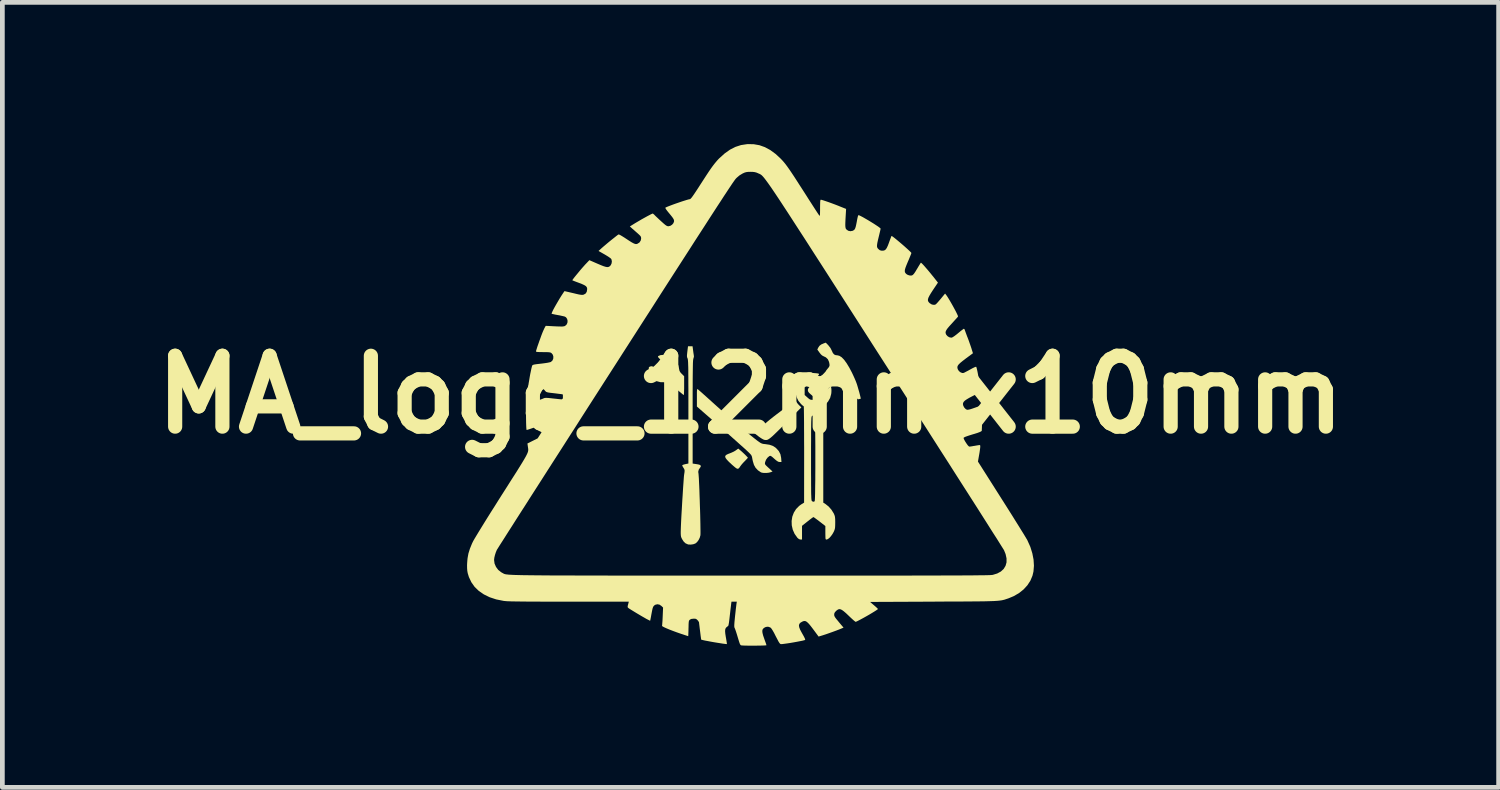
<source format=kicad_pcb>
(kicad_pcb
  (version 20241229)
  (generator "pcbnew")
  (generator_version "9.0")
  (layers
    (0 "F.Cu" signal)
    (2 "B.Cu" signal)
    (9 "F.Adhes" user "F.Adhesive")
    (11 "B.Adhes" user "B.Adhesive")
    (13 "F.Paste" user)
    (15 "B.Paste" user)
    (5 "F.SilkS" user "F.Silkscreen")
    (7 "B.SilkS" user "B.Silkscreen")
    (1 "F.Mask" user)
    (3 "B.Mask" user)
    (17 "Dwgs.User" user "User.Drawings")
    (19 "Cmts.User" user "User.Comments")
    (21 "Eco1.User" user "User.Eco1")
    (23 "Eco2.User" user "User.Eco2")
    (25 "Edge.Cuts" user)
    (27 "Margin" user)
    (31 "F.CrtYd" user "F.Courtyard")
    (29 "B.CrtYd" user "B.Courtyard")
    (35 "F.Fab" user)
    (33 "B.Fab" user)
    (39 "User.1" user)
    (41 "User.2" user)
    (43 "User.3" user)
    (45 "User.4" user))
  (footprint "MA_logo_12mmx10mm"
    (layer "F.Cu")
    (at 12.836 5.302)
    (property "Reference" "MA_logo_12mmx10mm" (at 0 0 0) (layer "F.SilkS") (effects (font (size 1.5 1.5) (thickness 0.3))))
    (attr board_only exclude_from_pos_files exclude_from_bom)
    (fp_poly (pts (xy -0.223 1.174) (xy -0.189 1.203) (xy -0.153 1.236) (xy -0.118 1.269) (xy -0.088 1.3) (xy -0.066 1.323) (xy -0.056 1.335) (xy -0.056 1.336) (xy -0.064 1.347) (xy -0.084 1.369) (xy -0.112 1.399) (xy -0.124 1.411) (xy -0.159 1.447) (xy -0.191 1.484) (xy -0.213 1.513) (xy -0.216 1.517) (xy -0.236 1.547) (xy -0.253 1.565) (xy -0.271 1.571) (xy -0.294 1.564) (xy -0.324 1.543) (xy -0.365 1.508) (xy -0.395 1.482) (xy -0.456 1.425) (xy -0.5 1.379) (xy -0.527 1.343) (xy -0.537 1.315) (xy -0.53 1.292) (xy -0.508 1.273) (xy -0.47 1.255) (xy -0.45 1.248) (xy -0.4 1.228) (xy -0.351 1.205) (xy -0.313 1.182) (xy -0.312 1.181) (xy -0.26 1.143)) (stroke (width 0) (type solid)) (fill yes) (layer "F.SilkS"))
    (fp_poly (pts (xy 0.955 0.122) (xy 0.966 0.144) (xy 0.966 0.144) (xy 0.981 0.17) (xy 1.007 0.202) (xy 1.027 0.224) (xy 1.076 0.271) (xy 0.81 0.538) (xy 0.716 0.633) (xy 0.637 0.713) (xy 0.57 0.779) (xy 0.514 0.833) (xy 0.469 0.876) (xy 0.431 0.909) (xy 0.401 0.932) (xy 0.376 0.948) (xy 0.355 0.958) (xy 0.337 0.962) (xy 0.319 0.962) (xy 0.302 0.96) (xy 0.285 0.956) (xy 0.261 0.945) (xy 0.225 0.924) (xy 0.184 0.896) (xy 0.164 0.881) (xy 0.078 0.815) (xy 0.122 0.775) (xy 0.21 0.698) (xy 0.285 0.633) (xy 0.352 0.577) (xy 0.415 0.525) (xy 0.478 0.475) (xy 0.544 0.424) (xy 0.556 0.415) (xy 0.62 0.367) (xy 0.686 0.316) (xy 0.749 0.267) (xy 0.804 0.223) (xy 0.833 0.2) (xy 0.875 0.167) (xy 0.91 0.139) (xy 0.935 0.12) (xy 0.947 0.112) (xy 0.947 0.112)) (stroke (width 0) (type solid)) (fill yes) (layer "F.SilkS"))
    (fp_poly (pts (xy -1.793 -0.835) (xy -1.731 -0.819) (xy -1.672 -0.794) (xy -1.644 -0.777) (xy -1.59 -0.73) (xy -1.552 -0.677) (xy -1.526 -0.612) (xy -1.511 -0.538) (xy -1.503 -0.502) (xy -1.486 -0.472) (xy -1.455 -0.438) (xy -1.454 -0.437) (xy -1.405 -0.389) (xy -1.405 -0.189) (xy -1.405 -0.125) (xy -1.407 -0.069) (xy -1.408 -0.026) (xy -1.411 0.002) (xy -1.413 0.01) (xy -1.424 0.003) (xy -1.449 -0.017) (xy -1.485 -0.047) (xy -1.53 -0.084) (xy -1.581 -0.127) (xy -1.583 -0.129) (xy -1.744 -0.267) (xy -1.821 -0.261) (xy -1.909 -0.263) (xy -1.983 -0.283) (xy -2.045 -0.322) (xy -2.095 -0.379) (xy -2.115 -0.412) (xy -2.133 -0.454) (xy -2.147 -0.498) (xy -2.154 -0.539) (xy -2.153 -0.57) (xy -2.149 -0.58) (xy -2.133 -0.591) (xy -2.107 -0.599) (xy -2.089 -0.6) (xy -2.07 -0.594) (xy -2.047 -0.579) (xy -2.013 -0.552) (xy -1.999 -0.539) (xy -1.963 -0.509) (xy -1.932 -0.486) (xy -1.91 -0.473) (xy -1.905 -0.472) (xy -1.886 -0.48) (xy -1.86 -0.499) (xy -1.848 -0.51) (xy -1.823 -0.539) (xy -1.812 -0.566) (xy -1.809 -0.599) (xy -1.81 -0.623) (xy -1.815 -0.642) (xy -1.827 -0.662) (xy -1.849 -0.686) (xy -1.885 -0.72) (xy -1.89 -0.725) (xy -1.927 -0.76) (xy -1.949 -0.784) (xy -1.958 -0.798) (xy -1.958 -0.808) (xy -1.951 -0.816) (xy -1.909 -0.834) (xy -1.855 -0.84)) (stroke (width 0) (type solid)) (fill yes) (layer "F.SilkS"))
    (fp_poly (pts (xy -1.114 -0.111) (xy -1.1 -0.099) (xy -1.072 -0.075) (xy -1.032 -0.04) (xy -0.983 0.004) (xy -0.928 0.053) (xy -0.886 0.091) (xy -0.762 0.203) (xy -0.638 0.314) (xy -0.516 0.422) (xy -0.396 0.526) (xy -0.282 0.624) (xy -0.176 0.716) (xy -0.078 0.798) (xy 0.01 0.87) (xy 0.084 0.929) (xy 0.144 0.976) (xy 0.146 0.977) (xy 0.188 1.007) (xy 0.219 1.027) (xy 0.246 1.038) (xy 0.276 1.045) (xy 0.316 1.049) (xy 0.322 1.05) (xy 0.402 1.062) (xy 0.467 1.084) (xy 0.523 1.118) (xy 0.543 1.135) (xy 0.598 1.195) (xy 0.633 1.263) (xy 0.649 1.343) (xy 0.649 1.35) (xy 0.655 1.427) (xy 0.618 1.427) (xy 0.595 1.424) (xy 0.571 1.412) (xy 0.54 1.39) (xy 0.503 1.358) (xy 0.466 1.325) (xy 0.441 1.306) (xy 0.424 1.297) (xy 0.411 1.297) (xy 0.397 1.304) (xy 0.395 1.305) (xy 0.36 1.335) (xy 0.329 1.378) (xy 0.31 1.427) (xy 0.308 1.436) (xy 0.305 1.455) (xy 0.307 1.471) (xy 0.317 1.488) (xy 0.338 1.51) (xy 0.371 1.541) (xy 0.383 1.552) (xy 0.466 1.628) (xy 0.433 1.641) (xy 0.389 1.653) (xy 0.337 1.659) (xy 0.285 1.659) (xy 0.241 1.653) (xy 0.219 1.645) (xy 0.156 1.602) (xy 0.108 1.551) (xy 0.073 1.489) (xy 0.049 1.41) (xy 0.04 1.368) (xy 0.033 1.328) (xy 0.025 1.3) (xy 0.012 1.277) (xy -0.009 1.253) (xy -0.041 1.221) (xy -0.052 1.211) (xy -0.091 1.174) (xy -0.146 1.124) (xy -0.215 1.063) (xy -0.295 0.991) (xy -0.385 0.911) (xy -0.483 0.824) (xy -0.588 0.732) (xy -0.697 0.636) (xy -0.81 0.537) (xy -0.857 0.496) (xy -1.135 0.253) (xy -1.135 0.063) (xy -1.135 -0.006) (xy -1.135 -0.055) (xy -1.133 -0.088) (xy -1.131 -0.107) (xy -1.127 -0.115) (xy -1.121 -0.115)) (stroke (width 0) (type solid)) (fill yes) (layer "F.SilkS"))
    (fp_poly (pts (xy 1.644 -1.047) (xy 1.692 -0.986) (xy 1.72 -0.93) (xy 1.743 -0.88) (xy 1.77 -0.849) (xy 1.805 -0.834) (xy 1.834 -0.832) (xy 1.88 -0.821) (xy 1.928 -0.791) (xy 1.979 -0.739) (xy 2.033 -0.666) (xy 2.09 -0.572) (xy 2.146 -0.466) (xy 2.174 -0.407) (xy 2.202 -0.345) (xy 2.226 -0.289) (xy 2.242 -0.247) (xy 2.255 -0.21) (xy 2.269 -0.163) (xy 2.284 -0.11) (xy 2.3 -0.056) (xy 2.313 -0.005) (xy 2.324 0.039) (xy 2.331 0.071) (xy 2.333 0.086) (xy 2.333 0.087) (xy 2.321 0.091) (xy 2.297 0.096) (xy 2.296 0.097) (xy 2.282 0.099) (xy 2.27 0.097) (xy 2.259 0.087) (xy 2.246 0.067) (xy 2.228 0.034) (xy 2.203 -0.017) (xy 2.2 -0.024) (xy 2.16 -0.099) (xy 2.12 -0.164) (xy 2.083 -0.213) (xy 2.082 -0.214) (xy 2.051 -0.25) (xy 2.024 -0.285) (xy 2.008 -0.312) (xy 1.986 -0.339) (xy 1.958 -0.348) (xy 1.92 -0.34) (xy 1.889 -0.326) (xy 1.849 -0.309) (xy 1.804 -0.295) (xy 1.792 -0.292) (xy 1.768 -0.285) (xy 1.741 -0.273) (xy 1.711 -0.254) (xy 1.673 -0.228) (xy 1.626 -0.191) (xy 1.569 -0.143) (xy 1.497 -0.082) (xy 1.47 -0.059) (xy 1.426 -0.022) (xy 1.388 0.01) (xy 1.359 0.033) (xy 1.343 0.044) (xy 1.341 0.045) (xy 1.328 0.038) (xy 1.304 0.02) (xy 1.274 -0.006) (xy 1.273 -0.006) (xy 1.24 -0.037) (xy 1.222 -0.06) (xy 1.215 -0.082) (xy 1.214 -0.095) (xy 1.216 -0.116) (xy 1.226 -0.135) (xy 1.247 -0.159) (xy 1.283 -0.191) (xy 1.284 -0.192) (xy 1.324 -0.227) (xy 1.369 -0.269) (xy 1.417 -0.314) (xy 1.464 -0.359) (xy 1.508 -0.403) (xy 1.546 -0.441) (xy 1.575 -0.472) (xy 1.592 -0.492) (xy 1.596 -0.498) (xy 1.603 -0.512) (xy 1.621 -0.535) (xy 1.635 -0.552) (xy 1.66 -0.583) (xy 1.672 -0.61) (xy 1.672 -0.642) (xy 1.663 -0.687) (xy 1.662 -0.691) (xy 1.638 -0.746) (xy 1.595 -0.788) (xy 1.547 -0.811) (xy 1.515 -0.828) (xy 1.485 -0.856) (xy 1.459 -0.89) (xy 1.414 -0.953) (xy 1.433 -0.993) (xy 1.458 -1.031) (xy 1.497 -1.061) (xy 1.55 -1.084) (xy 1.593 -1.099)) (stroke (width 0) (type solid)) (fill yes) (layer "F.SilkS"))
    (fp_poly (pts (xy -1.214 -0.924) (xy -1.208 -0.879) (xy -1.202 -0.842) (xy -1.199 -0.819) (xy -1.198 -0.815) (xy -1.199 -0.798) (xy -1.207 -0.769) (xy -1.21 -0.76) (xy -1.212 -0.749) (xy -1.215 -0.731) (xy -1.217 -0.704) (xy -1.219 -0.668) (xy -1.22 -0.621) (xy -1.221 -0.562) (xy -1.222 -0.49) (xy -1.223 -0.403) (xy -1.224 -0.3) (xy -1.224 -0.18) (xy -1.225 -0.042) (xy -1.225 0.115) (xy -1.225 0.294) (xy -1.225 0.372) (xy -1.225 1.46) (xy -1.186 1.466) (xy -1.145 1.472) (xy -1.108 1.478) (xy -1.07 1.489) (xy -1.052 1.507) (xy -1.055 1.53) (xy -1.065 1.543) (xy -1.096 1.589) (xy -1.107 1.636) (xy -1.102 1.668) (xy -1.1 1.686) (xy -1.097 1.725) (xy -1.093 1.78) (xy -1.09 1.851) (xy -1.086 1.934) (xy -1.082 2.027) (xy -1.079 2.127) (xy -1.075 2.232) (xy -1.072 2.339) (xy -1.068 2.445) (xy -1.065 2.549) (xy -1.063 2.647) (xy -1.061 2.738) (xy -1.06 2.818) (xy -1.059 2.885) (xy -1.059 2.936) (xy -1.06 2.97) (xy -1.061 2.98) (xy -1.075 3.03) (xy -1.1 3.08) (xy -1.132 3.123) (xy -1.166 3.151) (xy -1.168 3.152) (xy -1.212 3.168) (xy -1.263 3.175) (xy -1.31 3.174) (xy -1.327 3.17) (xy -1.376 3.148) (xy -1.415 3.111) (xy -1.445 3.065) (xy -1.461 3.035) (xy -1.47 3.009) (xy -1.475 2.979) (xy -1.477 2.939) (xy -1.477 2.9) (xy -1.476 2.86) (xy -1.474 2.802) (xy -1.471 2.73) (xy -1.467 2.645) (xy -1.462 2.551) (xy -1.456 2.451) (xy -1.45 2.346) (xy -1.444 2.241) (xy -1.437 2.137) (xy -1.431 2.037) (xy -1.425 1.944) (xy -1.419 1.862) (xy -1.414 1.791) (xy -1.41 1.736) (xy -1.406 1.699) (xy -1.404 1.687) (xy -1.397 1.641) (xy -1.395 1.609) (xy -1.399 1.586) (xy -1.411 1.563) (xy -1.422 1.546) (xy -1.438 1.519) (xy -1.445 1.499) (xy -1.444 1.495) (xy -1.431 1.487) (xy -1.402 1.478) (xy -1.377 1.472) (xy -1.315 1.459) (xy -1.315 0.364) (xy -1.315 0.181) (xy -1.315 0.019) (xy -1.315 -0.123) (xy -1.316 -0.246) (xy -1.316 -0.352) (xy -1.317 -0.443) (xy -1.317 -0.519) (xy -1.318 -0.582) (xy -1.32 -0.633) (xy -1.321 -0.673) (xy -1.323 -0.705) (xy -1.325 -0.728) (xy -1.327 -0.745) (xy -1.329 -0.757) (xy -1.332 -0.765) (xy -1.333 -0.766) (xy -1.341 -0.785) (xy -1.345 -0.806) (xy -1.345 -0.834) (xy -1.341 -0.875) (xy -1.337 -0.912) (xy -1.323 -1.023) (xy -1.275 -1.023) (xy -1.227 -1.023)) (stroke (width 0) (type solid)) (fill yes) (layer "F.SilkS"))
    (fp_poly (pts (xy 1.377 -0.453) (xy 1.415 -0.449) (xy 1.44 -0.444) (xy 1.442 -0.443) (xy 1.45 -0.436) (xy 1.449 -0.426) (xy 1.438 -0.411) (xy 1.414 -0.387) (xy 1.376 -0.351) (xy 1.376 -0.35) (xy 1.338 -0.317) (xy 1.307 -0.29) (xy 1.284 -0.274) (xy 1.276 -0.27) (xy 1.263 -0.262) (xy 1.239 -0.242) (xy 1.209 -0.214) (xy 1.205 -0.21) (xy 1.146 -0.151) (xy 1.146 -0.071) (xy 1.146 0.009) (xy 1.204 0.061) (xy 1.235 0.088) (xy 1.259 0.104) (xy 1.284 0.11) (xy 1.318 0.112) (xy 1.336 0.112) (xy 1.377 0.112) (xy 1.403 0.107) (xy 1.425 0.096) (xy 1.449 0.074) (xy 1.464 0.059) (xy 1.491 0.029) (xy 1.51 0.003) (xy 1.517 -0.012) (xy 1.525 -0.025) (xy 1.547 -0.048) (xy 1.577 -0.076) (xy 1.611 -0.106) (xy 1.645 -0.134) (xy 1.674 -0.156) (xy 1.693 -0.168) (xy 1.697 -0.169) (xy 1.705 -0.158) (xy 1.71 -0.132) (xy 1.713 -0.094) (xy 1.712 -0.052) (xy 1.708 -0.014) (xy 1.685 0.071) (xy 1.643 0.145) (xy 1.595 0.2) (xy 1.54 0.253) (xy 1.54 1.27) (xy 1.54 2.287) (xy 1.59 2.319) (xy 1.654 2.37) (xy 1.712 2.436) (xy 1.759 2.511) (xy 1.762 2.516) (xy 1.775 2.546) (xy 1.784 2.572) (xy 1.789 2.602) (xy 1.792 2.64) (xy 1.793 2.694) (xy 1.793 2.709) (xy 1.792 2.767) (xy 1.79 2.809) (xy 1.785 2.841) (xy 1.777 2.868) (xy 1.764 2.898) (xy 1.763 2.902) (xy 1.736 2.95) (xy 1.704 2.995) (xy 1.67 3.033) (xy 1.638 3.058) (xy 1.612 3.068) (xy 1.611 3.068) (xy 1.6 3.068) (xy 1.593 3.063) (xy 1.588 3.052) (xy 1.586 3.029) (xy 1.585 2.992) (xy 1.584 2.937) (xy 1.584 2.925) (xy 1.584 2.782) (xy 1.462 2.687) (xy 1.417 2.653) (xy 1.378 2.624) (xy 1.349 2.603) (xy 1.333 2.593) (xy 1.332 2.593) (xy 1.32 2.599) (xy 1.295 2.617) (xy 1.259 2.644) (xy 1.216 2.678) (xy 1.207 2.685) (xy 1.09 2.778) (xy 1.09 2.923) (xy 1.09 3.068) (xy 1.058 3.068) (xy 1.027 3.06) (xy 0.995 3.034) (xy 0.991 3.029) (xy 0.933 2.948) (xy 0.894 2.86) (xy 0.873 2.768) (xy 0.87 2.676) (xy 0.884 2.585) (xy 0.916 2.5) (xy 0.964 2.423) (xy 1.029 2.357) (xy 1.071 2.326) (xy 1.134 2.287) (xy 1.135 1.354) (xy 1.281 1.354) (xy 1.281 1.517) (xy 1.281 1.659) (xy 1.282 1.781) (xy 1.282 1.885) (xy 1.283 1.973) (xy 1.283 2.045) (xy 1.284 2.104) (xy 1.286 2.15) (xy 1.287 2.186) (xy 1.289 2.212) (xy 1.291 2.231) (xy 1.294 2.243) (xy 1.297 2.25) (xy 1.299 2.253) (xy 1.325 2.269) (xy 1.35 2.263) (xy 1.358 2.257) (xy 1.36 2.243) (xy 1.363 2.209) (xy 1.365 2.157) (xy 1.367 2.088) (xy 1.368 2.006) (xy 1.369 1.911) (xy 1.371 1.806) (xy 1.371 1.693) (xy 1.372 1.575) (xy 1.372 1.453) (xy 1.372 1.329) (xy 1.372 1.206) (xy 1.372 1.085) (xy 1.371 0.968) (xy 1.37 0.859) (xy 1.369 0.758) (xy 1.367 0.668) (xy 1.366 0.59) (xy 1.364 0.528) (xy 1.362 0.483) (xy 1.359 0.457) (xy 1.358 0.452) (xy 1.333 0.439) (xy 1.307 0.449) (xy 1.299 0.456) (xy 1.296 0.461) (xy 1.293 0.47) (xy 1.29 0.485) (xy 1.288 0.507) (xy 1.287 0.537) (xy 1.285 0.577) (xy 1.284 0.629) (xy 1.283 0.693) (xy 1.282 0.772) (xy 1.282 0.867) (xy 1.282 0.979) (xy 1.281 1.11) (xy 1.281 1.261) (xy 1.281 1.354) (xy 1.135 1.354) (xy 1.135 1.267) (xy 1.135 1.118) (xy 1.134 0.975) (xy 1.134 0.841) (xy 1.133 0.716) (xy 1.133 0.602) (xy 1.132 0.502) (xy 1.131 0.416) (xy 1.13 0.345) (xy 1.129 0.293) (xy 1.128 0.26) (xy 1.126 0.247) (xy 1.126 0.247) (xy 1.114 0.24) (xy 1.091 0.221) (xy 1.068 0.199) (xy 1.012 0.13) (xy 0.974 0.052) (xy 0.955 -0.03) (xy 0.955 -0.113) (xy 0.971 -0.194) (xy 1.005 -0.27) (xy 1.055 -0.337) (xy 1.121 -0.394) (xy 1.174 -0.423) (xy 1.216 -0.441) (xy 1.254 -0.45) (xy 1.299 -0.454) (xy 1.332 -0.455)) (stroke (width 0) (type solid)) (fill yes) (layer "F.SilkS"))
    (fp_poly (pts (xy 0.07 -5.299) (xy 0.19 -5.278) (xy 0.305 -5.237) (xy 0.418 -5.176) (xy 0.53 -5.094) (xy 0.635 -4.997) (xy 0.661 -4.97) (xy 0.686 -4.943) (xy 0.71 -4.915) (xy 0.736 -4.883) (xy 0.764 -4.846) (xy 0.795 -4.803) (xy 0.831 -4.752) (xy 0.872 -4.691) (xy 0.92 -4.619) (xy 0.975 -4.534) (xy 1.039 -4.434) (xy 1.114 -4.318) (xy 1.18 -4.215) (xy 1.235 -4.128) (xy 1.288 -4.046) (xy 1.335 -3.973) (xy 1.377 -3.908) (xy 1.411 -3.856) (xy 1.437 -3.817) (xy 1.453 -3.794) (xy 1.457 -3.788) (xy 1.463 -3.785) (xy 1.467 -3.791) (xy 1.47 -3.81) (xy 1.471 -3.844) (xy 1.472 -3.896) (xy 1.472 -3.948) (xy 1.473 -4.017) (xy 1.474 -4.065) (xy 1.476 -4.098) (xy 1.48 -4.116) (xy 1.485 -4.124) (xy 1.488 -4.125) (xy 1.507 -4.121) (xy 1.544 -4.11) (xy 1.595 -4.093) (xy 1.656 -4.072) (xy 1.725 -4.047) (xy 1.797 -4.02) (xy 1.869 -3.992) (xy 1.88 -3.987) (xy 2.023 -3.93) (xy 2.015 -3.794) (xy 2.01 -3.707) (xy 2.007 -3.639) (xy 2.006 -3.588) (xy 2.008 -3.551) (xy 2.013 -3.524) (xy 2.02 -3.506) (xy 2.028 -3.497) (xy 2.067 -3.468) (xy 2.114 -3.458) (xy 2.163 -3.467) (xy 2.169 -3.47) (xy 2.188 -3.482) (xy 2.204 -3.497) (xy 2.216 -3.52) (xy 2.227 -3.554) (xy 2.238 -3.603) (xy 2.251 -3.669) (xy 2.254 -3.689) (xy 2.264 -3.738) (xy 2.273 -3.775) (xy 2.282 -3.796) (xy 2.286 -3.799) (xy 2.303 -3.793) (xy 2.336 -3.777) (xy 2.38 -3.754) (xy 2.432 -3.724) (xy 2.489 -3.691) (xy 2.548 -3.655) (xy 2.605 -3.62) (xy 2.657 -3.586) (xy 2.701 -3.557) (xy 2.733 -3.533) (xy 2.751 -3.517) (xy 2.754 -3.513) (xy 2.751 -3.498) (xy 2.744 -3.465) (xy 2.733 -3.419) (xy 2.72 -3.364) (xy 2.714 -3.34) (xy 2.696 -3.265) (xy 2.684 -3.209) (xy 2.678 -3.167) (xy 2.677 -3.137) (xy 2.682 -3.114) (xy 2.692 -3.096) (xy 2.708 -3.079) (xy 2.736 -3.056) (xy 2.767 -3.047) (xy 2.79 -3.046) (xy 2.82 -3.048) (xy 2.845 -3.058) (xy 2.866 -3.077) (xy 2.886 -3.108) (xy 2.908 -3.156) (xy 2.933 -3.222) (xy 2.934 -3.226) (xy 2.952 -3.275) (xy 2.968 -3.317) (xy 2.979 -3.346) (xy 2.984 -3.358) (xy 2.984 -3.358) (xy 2.994 -3.354) (xy 3.019 -3.337) (xy 3.054 -3.31) (xy 3.097 -3.275) (xy 3.146 -3.234) (xy 3.198 -3.19) (xy 3.249 -3.146) (xy 3.297 -3.103) (xy 3.34 -3.064) (xy 3.374 -3.032) (xy 3.397 -3.009) (xy 3.405 -2.997) (xy 3.405 -2.997) (xy 3.401 -2.983) (xy 3.389 -2.952) (xy 3.371 -2.908) (xy 3.349 -2.854) (xy 3.331 -2.813) (xy 3.301 -2.741) (xy 3.28 -2.686) (xy 3.268 -2.645) (xy 3.265 -2.614) (xy 3.269 -2.589) (xy 3.282 -2.569) (xy 3.298 -2.552) (xy 3.327 -2.534) (xy 3.364 -2.522) (xy 3.371 -2.521) (xy 3.397 -2.519) (xy 3.419 -2.523) (xy 3.439 -2.536) (xy 3.461 -2.56) (xy 3.487 -2.598) (xy 3.52 -2.653) (xy 3.532 -2.672) (xy 3.559 -2.718) (xy 3.582 -2.755) (xy 3.598 -2.781) (xy 3.606 -2.792) (xy 3.616 -2.786) (xy 3.639 -2.764) (xy 3.671 -2.73) (xy 3.71 -2.685) (xy 3.756 -2.632) (xy 3.805 -2.573) (xy 3.855 -2.511) (xy 3.874 -2.488) (xy 3.967 -2.37) (xy 3.864 -2.217) (xy 3.818 -2.146) (xy 3.785 -2.09) (xy 3.764 -2.047) (xy 3.755 -2.013) (xy 3.756 -1.985) (xy 3.768 -1.961) (xy 3.789 -1.938) (xy 3.792 -1.935) (xy 3.839 -1.906) (xy 3.886 -1.899) (xy 3.915 -1.906) (xy 3.929 -1.917) (xy 3.953 -1.942) (xy 3.984 -1.977) (xy 4.02 -2.019) (xy 4.025 -2.025) (xy 4.118 -2.138) (xy 4.14 -2.111) (xy 4.16 -2.083) (xy 4.186 -2.042) (xy 4.217 -1.991) (xy 4.25 -1.934) (xy 4.284 -1.874) (xy 4.316 -1.815) (xy 4.345 -1.761) (xy 4.368 -1.714) (xy 4.385 -1.678) (xy 4.392 -1.656) (xy 4.392 -1.652) (xy 4.384 -1.641) (xy 4.363 -1.617) (xy 4.331 -1.582) (xy 4.292 -1.539) (xy 4.264 -1.508) (xy 4.21 -1.449) (xy 4.171 -1.403) (xy 4.146 -1.367) (xy 4.132 -1.337) (xy 4.128 -1.311) (xy 4.134 -1.287) (xy 4.141 -1.27) (xy 4.168 -1.238) (xy 4.205 -1.214) (xy 4.245 -1.205) (xy 4.263 -1.207) (xy 4.283 -1.217) (xy 4.315 -1.238) (xy 4.355 -1.268) (xy 4.398 -1.303) (xy 4.399 -1.304) (xy 4.44 -1.338) (xy 4.476 -1.366) (xy 4.503 -1.386) (xy 4.516 -1.394) (xy 4.516 -1.394) (xy 4.528 -1.384) (xy 4.533 -1.374) (xy 4.539 -1.357) (xy 4.551 -1.323) (xy 4.568 -1.277) (xy 4.588 -1.223) (xy 4.595 -1.207) (xy 4.619 -1.143) (xy 4.642 -1.077) (xy 4.663 -1.017) (xy 4.679 -0.969) (xy 4.679 -0.967) (xy 4.708 -0.875) (xy 4.555 -0.762) (xy 4.49 -0.712) (xy 4.441 -0.672) (xy 4.407 -0.639) (xy 4.387 -0.611) (xy 4.378 -0.585) (xy 4.38 -0.56) (xy 4.388 -0.534) (xy 4.411 -0.498) (xy 4.445 -0.471) (xy 4.481 -0.457) (xy 4.505 -0.457) (xy 4.526 -0.465) (xy 4.56 -0.483) (xy 4.605 -0.506) (xy 4.65 -0.531) (xy 4.697 -0.557) (xy 4.736 -0.576) (xy 4.764 -0.587) (xy 4.776 -0.589) (xy 4.783 -0.573) (xy 4.792 -0.539) (xy 4.803 -0.49) (xy 4.814 -0.432) (xy 4.826 -0.367) (xy 4.838 -0.3) (xy 4.849 -0.234) (xy 4.857 -0.174) (xy 4.863 -0.124) (xy 4.866 -0.088) (xy 4.866 -0.081) (xy 4.865 -0.069) (xy 4.859 -0.057) (xy 4.846 -0.045) (xy 4.822 -0.03) (xy 4.784 -0.01) (xy 4.73 0.017) (xy 4.708 0.028) (xy 4.633 0.067) (xy 4.577 0.1) (xy 4.537 0.128) (xy 4.512 0.154) (xy 4.499 0.179) (xy 4.496 0.202) (xy 4.504 0.238) (xy 4.526 0.277) (xy 4.555 0.307) (xy 4.577 0.319) (xy 4.592 0.322) (xy 4.615 0.319) (xy 4.647 0.312) (xy 4.692 0.298) (xy 4.752 0.277) (xy 4.828 0.25) (xy 4.886 0.228) (xy 4.891 0.231) (xy 4.894 0.245) (xy 4.897 0.272) (xy 4.899 0.315) (xy 4.9 0.375) (xy 4.9 0.455) (xy 4.9 0.487) (xy 4.9 0.562) (xy 4.899 0.631) (xy 4.898 0.69) (xy 4.896 0.734) (xy 4.895 0.762) (xy 4.893 0.769) (xy 4.879 0.78) (xy 4.847 0.795) (xy 4.799 0.813) (xy 4.773 0.821) (xy 4.69 0.846) (xy 4.626 0.866) (xy 4.579 0.882) (xy 4.546 0.894) (xy 4.526 0.904) (xy 4.514 0.911) (xy 4.511 0.917) (xy 4.513 0.934) (xy 4.527 0.963) (xy 4.547 0.998) (xy 4.571 1.035) (xy 4.595 1.069) (xy 4.616 1.092) (xy 4.63 1.101) (xy 4.648 1.1) (xy 4.683 1.095) (xy 4.727 1.087) (xy 4.743 1.085) (xy 4.788 1.077) (xy 4.826 1.071) (xy 4.849 1.068) (xy 4.853 1.068) (xy 4.86 1.073) (xy 4.863 1.089) (xy 4.862 1.12) (xy 4.856 1.166) (xy 4.847 1.229) (xy 4.833 1.308) (xy 4.814 1.418) (xy 5.314 2.206) (xy 5.392 2.329) (xy 5.468 2.449) (xy 5.54 2.563) (xy 5.607 2.671) (xy 5.669 2.77) (xy 5.724 2.859) (xy 5.772 2.936) (xy 5.811 3) (xy 5.84 3.049) (xy 5.859 3.081) (xy 5.863 3.09) (xy 5.923 3.224) (xy 5.965 3.36) (xy 5.991 3.494) (xy 5.999 3.623) (xy 5.989 3.745) (xy 5.968 3.834) (xy 5.924 3.939) (xy 5.86 4.037) (xy 5.778 4.126) (xy 5.681 4.203) (xy 5.57 4.267) (xy 5.457 4.314) (xy 5.429 4.323) (xy 5.405 4.331) (xy 5.382 4.339) (xy 5.359 4.345) (xy 5.334 4.351) (xy 5.307 4.356) (xy 5.277 4.36) (xy 5.241 4.364) (xy 5.199 4.367) (xy 5.149 4.37) (xy 5.089 4.372) (xy 5.02 4.374) (xy 4.939 4.376) (xy 4.845 4.377) (xy 4.736 4.378) (xy 4.612 4.379) (xy 4.471 4.38) (xy 4.312 4.381) (xy 4.134 4.381) (xy 3.934 4.382) (xy 3.876 4.383) (xy 2.531 4.389) (xy 2.614 4.46) (xy 2.65 4.491) (xy 2.678 4.517) (xy 2.694 4.534) (xy 2.697 4.539) (xy 2.688 4.548) (xy 2.662 4.566) (xy 2.623 4.591) (xy 2.574 4.621) (xy 2.519 4.654) (xy 2.46 4.688) (xy 2.401 4.721) (xy 2.346 4.751) (xy 2.297 4.777) (xy 2.258 4.797) (xy 2.233 4.808) (xy 2.225 4.81) (xy 2.213 4.803) (xy 2.187 4.782) (xy 2.152 4.751) (xy 2.11 4.712) (xy 2.083 4.686) (xy 2.022 4.628) (xy 1.973 4.586) (xy 1.934 4.558) (xy 1.902 4.544) (xy 1.875 4.541) (xy 1.849 4.551) (xy 1.822 4.57) (xy 1.813 4.578) (xy 1.786 4.607) (xy 1.773 4.634) (xy 1.771 4.657) (xy 1.772 4.671) (xy 1.774 4.684) (xy 1.781 4.699) (xy 1.793 4.719) (xy 1.812 4.745) (xy 1.842 4.781) (xy 1.882 4.83) (xy 1.919 4.874) (xy 1.969 4.933) (xy 1.926 4.951) (xy 1.875 4.972) (xy 1.81 4.997) (xy 1.736 5.024) (xy 1.663 5.05) (xy 1.594 5.074) (xy 1.539 5.092) (xy 1.533 5.094) (xy 1.441 5.122) (xy 1.353 5.003) (xy 1.299 4.931) (xy 1.256 4.876) (xy 1.22 4.836) (xy 1.191 4.81) (xy 1.166 4.796) (xy 1.143 4.792) (xy 1.119 4.796) (xy 1.095 4.806) (xy 1.057 4.828) (xy 1.034 4.853) (xy 1.025 4.884) (xy 1.03 4.923) (xy 1.049 4.974) (xy 1.083 5.038) (xy 1.096 5.061) (xy 1.128 5.118) (xy 1.148 5.158) (xy 1.157 5.183) (xy 1.155 5.194) (xy 1.155 5.194) (xy 1.135 5.2) (xy 1.097 5.21) (xy 1.045 5.22) (xy 0.983 5.232) (xy 0.917 5.244) (xy 0.848 5.256) (xy 0.783 5.266) (xy 0.725 5.274) (xy 0.679 5.28) (xy 0.648 5.282) (xy 0.647 5.282) (xy 0.635 5.28) (xy 0.624 5.272) (xy 0.611 5.256) (xy 0.593 5.228) (xy 0.571 5.186) (xy 0.54 5.127) (xy 0.533 5.114) (xy 0.499 5.046) (xy 0.471 4.997) (xy 0.449 4.962) (xy 0.432 4.94) (xy 0.416 4.928) (xy 0.416 4.928) (xy 0.371 4.913) (xy 0.328 4.918) (xy 0.303 4.928) (xy 0.274 4.948) (xy 0.256 4.971) (xy 0.249 5.002) (xy 0.253 5.044) (xy 0.267 5.1) (xy 0.292 5.172) (xy 0.292 5.173) (xy 0.31 5.223) (xy 0.325 5.264) (xy 0.334 5.293) (xy 0.337 5.306) (xy 0.327 5.308) (xy 0.297 5.31) (xy 0.253 5.312) (xy 0.197 5.313) (xy 0.134 5.314) (xy 0.067 5.315) (xy 0.001 5.314) (xy -0.062 5.314) (xy -0.118 5.313) (xy -0.162 5.311) (xy -0.192 5.309) (xy -0.198 5.308) (xy -0.208 5.303) (xy -0.218 5.291) (xy -0.229 5.268) (xy -0.241 5.232) (xy -0.258 5.178) (xy -0.27 5.138) (xy -0.288 5.078) (xy -0.305 5.024) (xy -0.32 4.98) (xy -0.331 4.951) (xy -0.334 4.944) (xy -0.34 4.932) (xy -0.343 4.917) (xy -0.344 4.895) (xy -0.343 4.864) (xy -0.34 4.819) (xy -0.334 4.758) (xy -0.327 4.686) (xy -0.319 4.614) (xy -0.312 4.548) (xy -0.305 4.491) (xy -0.3 4.448) (xy -0.296 4.422) (xy -0.296 4.42) (xy -0.29 4.383) (xy -0.346 4.383) (xy -0.403 4.383) (xy -0.409 4.425) (xy -0.412 4.45) (xy -0.417 4.492) (xy -0.424 4.548) (xy -0.431 4.613) (xy -0.439 4.681) (xy -0.448 4.76) (xy -0.456 4.824) (xy -0.464 4.869) (xy -0.471 4.894) (xy -0.475 4.899) (xy -0.491 4.91) (xy -0.513 4.929) (xy -0.514 4.929) (xy -0.528 4.949) (xy -0.536 4.975) (xy -0.538 5.011) (xy -0.534 5.06) (xy -0.524 5.126) (xy -0.517 5.164) (xy -0.509 5.212) (xy -0.503 5.25) (xy -0.5 5.274) (xy -0.5 5.28) (xy -0.513 5.281) (xy -0.544 5.277) (xy -0.59 5.271) (xy -0.646 5.262) (xy -0.71 5.252) (xy -0.777 5.241) (xy -0.844 5.229) (xy -0.907 5.217) (xy -0.962 5.207) (xy -1.006 5.197) (xy -1.034 5.19) (xy -1.043 5.187) (xy -1.046 5.175) (xy -1.05 5.146) (xy -1.056 5.104) (xy -1.062 5.053) (xy -1.069 4.997) (xy -1.076 4.943) (xy -1.082 4.893) (xy -1.087 4.852) (xy -1.09 4.826) (xy -1.09 4.82) (xy -1.097 4.807) (xy -1.113 4.785) (xy -1.119 4.777) (xy -1.141 4.756) (xy -1.164 4.745) (xy -1.199 4.743) (xy -1.202 4.743) (xy -1.254 4.749) (xy -1.283 4.764) (xy -1.293 4.774) (xy -1.301 4.785) (xy -1.306 4.803) (xy -1.309 4.83) (xy -1.311 4.871) (xy -1.312 4.929) (xy -1.313 4.95) (xy -1.314 5.008) (xy -1.316 5.056) (xy -1.317 5.092) (xy -1.319 5.112) (xy -1.319 5.114) (xy -1.33 5.11) (xy -1.358 5.101) (xy -1.4 5.087) (xy -1.451 5.07) (xy -1.467 5.065) (xy -1.559 5.033) (xy -1.643 5.002) (xy -1.718 4.973) (xy -1.78 4.947) (xy -1.828 4.925) (xy -1.86 4.908) (xy -1.873 4.896) (xy -1.873 4.894) (xy -1.87 4.879) (xy -1.868 4.845) (xy -1.864 4.797) (xy -1.861 4.738) (xy -1.859 4.694) (xy -1.851 4.508) (xy -1.886 4.474) (xy -1.927 4.446) (xy -1.972 4.438) (xy -2.017 4.449) (xy -2.039 4.465) (xy -2.053 4.48) (xy -2.064 4.5) (xy -2.074 4.531) (xy -2.084 4.577) (xy -2.091 4.614) (xy -2.101 4.666) (xy -2.109 4.713) (xy -2.116 4.747) (xy -2.119 4.763) (xy -2.125 4.788) (xy -2.172 4.764) (xy -2.2 4.75) (xy -2.241 4.726) (xy -2.292 4.697) (xy -2.348 4.664) (xy -2.407 4.629) (xy -2.463 4.595) (xy -2.512 4.565) (xy -2.552 4.54) (xy -2.577 4.524) (xy -2.582 4.52) (xy -2.596 4.508) (xy -2.601 4.495) (xy -2.599 4.473) (xy -2.591 4.442) (xy -2.576 4.383) (xy -3.848 4.383) (xy -4.05 4.383) (xy -4.231 4.383) (xy -4.391 4.383) (xy -4.534 4.382) (xy -4.659 4.382) (xy -4.767 4.381) (xy -4.861 4.38) (xy -4.942 4.379) (xy -5.01 4.378) (xy -5.066 4.377) (xy -5.114 4.375) (xy -5.152 4.374) (xy -5.184 4.371) (xy -5.209 4.369) (xy -5.23 4.366) (xy -5.23 4.366) (xy -5.384 4.335) (xy -5.523 4.289) (xy -5.645 4.229) (xy -5.751 4.156) (xy -5.839 4.071) (xy -5.909 3.972) (xy -5.961 3.862) (xy -5.986 3.78) (xy -5.995 3.731) (xy -5.999 3.678) (xy -6 3.613) (xy -5.998 3.568) (xy -5.993 3.501) (xy -5.428 3.501) (xy -5.418 3.577) (xy -5.387 3.648) (xy -5.34 3.711) (xy -5.278 3.76) (xy -5.256 3.773) (xy -5.247 3.777) (xy -5.24 3.782) (xy -5.233 3.786) (xy -5.226 3.789) (xy -5.218 3.793) (xy -5.209 3.797) (xy -5.198 3.8) (xy -5.185 3.803) (xy -5.168 3.806) (xy -5.147 3.808) (xy -5.122 3.811) (xy -5.092 3.813) (xy -5.056 3.815) (xy -5.014 3.817) (xy -4.965 3.819) (xy -4.909 3.82) (xy -4.844 3.822) (xy -4.771 3.823) (xy -4.688 3.824) (xy -4.595 3.825) (xy -4.492 3.826) (xy -4.377 3.827) (xy -4.251 3.828) (xy -4.112 3.828) (xy -3.961 3.829) (xy -3.795 3.829) (xy -3.615 3.83) (xy -3.421 3.83) (xy -3.21 3.83) (xy -2.984 3.831) (xy -2.741 3.831) (xy -2.48 3.831) (xy -2.202 3.831) (xy -1.905 3.831) (xy -1.588 3.831) (xy -1.252 3.831) (xy -0.895 3.831) (xy -0.518 3.831) (xy -0.118 3.831) (xy -0.006 3.831) (xy 0.403 3.831) (xy 0.79 3.831) (xy 1.156 3.831) (xy 1.501 3.831) (xy 1.826 3.831) (xy 2.131 3.831) (xy 2.417 3.831) (xy 2.685 3.831) (xy 2.935 3.831) (xy 3.168 3.831) (xy 3.385 3.831) (xy 3.585 3.83) (xy 3.77 3.83) (xy 3.94 3.83) (xy 4.096 3.829) (xy 4.238 3.829) (xy 4.367 3.828) (xy 4.483 3.828) (xy 4.588 3.827) (xy 4.681 3.827) (xy 4.764 3.826) (xy 4.836 3.825) (xy 4.899 3.824) (xy 4.953 3.824) (xy 4.998 3.823) (xy 5.036 3.822) (xy 5.066 3.821) (xy 5.09 3.82) (xy 5.108 3.818) (xy 5.12 3.817) (xy 5.127 3.816) (xy 5.222 3.787) (xy 5.299 3.745) (xy 5.358 3.691) (xy 5.398 3.625) (xy 5.419 3.551) (xy 5.419 3.467) (xy 5.399 3.376) (xy 5.368 3.299) (xy 5.36 3.284) (xy 5.339 3.251) (xy 5.307 3.2) (xy 5.265 3.133) (xy 5.212 3.048) (xy 5.148 2.949) (xy 5.075 2.834) (xy 4.993 2.704) (xy 4.902 2.561) (xy 4.803 2.405) (xy 4.695 2.236) (xy 4.58 2.056) (xy 4.457 1.864) (xy 4.328 1.662) (xy 4.193 1.45) (xy 4.051 1.229) (xy 3.904 0.999) (xy 3.752 0.761) (xy 3.595 0.516) (xy 3.433 0.264) (xy 3.268 0.006) (xy 3.099 -0.257) (xy 2.928 -0.525) (xy 2.857 -0.635) (xy 2.647 -0.962) (xy 2.449 -1.271) (xy 2.263 -1.561) (xy 2.087 -1.835) (xy 1.922 -2.092) (xy 1.768 -2.332) (xy 1.624 -2.557) (xy 1.489 -2.767) (xy 1.363 -2.962) (xy 1.247 -3.143) (xy 1.139 -3.311) (xy 1.039 -3.465) (xy 0.947 -3.607) (xy 0.863 -3.737) (xy 0.786 -3.856) (xy 0.715 -3.964) (xy 0.651 -4.062) (xy 0.593 -4.15) (xy 0.541 -4.228) (xy 0.494 -4.298) (xy 0.452 -4.36) (xy 0.414 -4.415) (xy 0.381 -4.462) (xy 0.352 -4.502) (xy 0.326 -4.537) (xy 0.304 -4.566) (xy 0.284 -4.591) (xy 0.267 -4.611) (xy 0.252 -4.627) (xy 0.239 -4.64) (xy 0.227 -4.65) (xy 0.216 -4.657) (xy 0.206 -4.664) (xy 0.196 -4.669) (xy 0.187 -4.673) (xy 0.176 -4.677) (xy 0.165 -4.682) (xy 0.162 -4.684) (xy 0.123 -4.7) (xy 0.088 -4.709) (xy 0.047 -4.714) (xy -0.000236 -4.715) (xy -0.051 -4.714) (xy -0.089 -4.709) (xy -0.122 -4.7) (xy -0.16 -4.683) (xy -0.17 -4.678) (xy -0.233 -4.64) (xy -0.293 -4.589) (xy -0.315 -4.566) (xy -0.324 -4.554) (xy -0.339 -4.534) (xy -0.36 -4.504) (xy -0.388 -4.464) (xy -0.421 -4.414) (xy -0.462 -4.353) (xy -0.51 -4.28) (xy -0.565 -4.197) (xy -0.627 -4.101) (xy -0.698 -3.993) (xy -0.777 -3.871) (xy -0.864 -3.737) (xy -0.959 -3.589) (xy -1.064 -3.427) (xy -1.178 -3.251) (xy -1.301 -3.059) (xy -1.434 -2.853) (xy -1.577 -2.631) (xy -1.731 -2.392) (xy -1.895 -2.137) (xy -2.069 -1.865) (xy -2.255 -1.576) (xy -2.452 -1.269) (xy -2.661 -0.944) (xy -2.863 -0.629) (xy -3.036 -0.36) (xy -3.206 -0.095) (xy -3.373 0.165) (xy -3.536 0.419) (xy -3.694 0.667) (xy -3.848 0.907) (xy -3.997 1.14) (xy -4.141 1.364) (xy -4.279 1.579) (xy -4.41 1.784) (xy -4.535 1.979) (xy -4.653 2.163) (xy -4.763 2.336) (xy -4.866 2.496) (xy -4.96 2.643) (xy -5.045 2.777) (xy -5.122 2.897) (xy -5.188 3.001) (xy -5.245 3.091) (xy -5.292 3.164) (xy -5.328 3.221) (xy -5.352 3.26) (xy -5.366 3.281) (xy -5.368 3.284) (xy -5.39 3.336) (xy -5.409 3.395) (xy -5.423 3.453) (xy -5.428 3.499) (xy -5.428 3.501) (xy -5.993 3.501) (xy -5.989 3.462) (xy -5.971 3.363) (xy -5.94 3.263) (xy -5.897 3.157) (xy -5.879 3.119) (xy -5.865 3.092) (xy -5.839 3.047) (xy -5.803 2.987) (xy -5.757 2.911) (xy -5.703 2.823) (xy -5.641 2.722) (xy -5.572 2.611) (xy -5.497 2.491) (xy -5.416 2.364) (xy -5.332 2.23) (xy -5.265 2.124) (xy -5.169 1.974) (xy -5.085 1.841) (xy -5.011 1.725) (xy -4.947 1.625) (xy -4.893 1.538) (xy -4.847 1.464) (xy -4.809 1.401) (xy -4.778 1.348) (xy -4.753 1.304) (xy -4.735 1.268) (xy -4.721 1.238) (xy -4.712 1.213) (xy -4.707 1.192) (xy -4.705 1.174) (xy -4.705 1.156) (xy -4.707 1.139) (xy -4.71 1.12) (xy -4.713 1.099) (xy -4.722 1.035) (xy -4.614 0.981) (xy -4.506 0.927) (xy -4.438 0.821) (xy -4.406 0.77) (xy -4.387 0.733) (xy -4.38 0.708) (xy -4.385 0.69) (xy -4.401 0.676) (xy -4.42 0.666) (xy -4.434 0.661) (xy -4.451 0.66) (xy -4.474 0.664) (xy -4.509 0.674) (xy -4.558 0.69) (xy -4.592 0.702) (xy -4.645 0.72) (xy -4.689 0.735) (xy -4.722 0.745) (xy -4.738 0.75) (xy -4.739 0.749) (xy -4.743 0.735) (xy -4.746 0.702) (xy -4.748 0.656) (xy -4.75 0.599) (xy -4.751 0.537) (xy -4.752 0.473) (xy -4.751 0.411) (xy -4.749 0.357) (xy -4.749 0.348) (xy -4.741 0.195) (xy -4.593 0.152) (xy -4.533 0.135) (xy -4.477 0.117) (xy -4.43 0.1) (xy -4.398 0.088) (xy -4.396 0.087) (xy -4.376 0.078) (xy -4.358 0.072) (xy -4.338 0.07) (xy -4.311 0.07) (xy -4.273 0.072) (xy -4.22 0.078) (xy -4.176 0.083) (xy -4.117 0.089) (xy -4.064 0.095) (xy -4.024 0.099) (xy -3.999 0.101) (xy -3.994 0.101) (xy -3.982 0.093) (xy -3.964 0.073) (xy -3.946 0.047) (xy -3.931 0.022) (xy -3.926 0.006) (xy -3.927 0.003) (xy -3.939 0.000156) (xy -3.97 -0.005) (xy -4.016 -0.011) (xy -4.074 -0.018) (xy -4.127 -0.025) (xy -4.197 -0.033) (xy -4.249 -0.039) (xy -4.285 -0.045) (xy -4.309 -0.051) (xy -4.325 -0.058) (xy -4.337 -0.067) (xy -4.347 -0.079) (xy -4.348 -0.08) (xy -4.367 -0.102) (xy -4.387 -0.116) (xy -4.412 -0.124) (xy -4.446 -0.125) (xy -4.493 -0.12) (xy -4.557 -0.109) (xy -4.566 -0.107) (xy -4.62 -0.098) (xy -4.665 -0.091) (xy -4.697 -0.087) (xy -4.712 -0.086) (xy -4.713 -0.086) (xy -4.714 -0.1) (xy -4.711 -0.131) (xy -4.705 -0.177) (xy -4.697 -0.234) (xy -4.686 -0.298) (xy -4.675 -0.365) (xy -4.663 -0.432) (xy -4.65 -0.494) (xy -4.639 -0.548) (xy -4.629 -0.587) (xy -4.625 -0.604) (xy -4.62 -0.616) (xy -4.61 -0.625) (xy -4.594 -0.632) (xy -4.567 -0.638) (xy -4.526 -0.644) (xy -4.468 -0.651) (xy -4.413 -0.657) (xy -4.353 -0.665) (xy -4.3 -0.673) (xy -4.257 -0.682) (xy -4.23 -0.689) (xy -4.226 -0.691) (xy -4.194 -0.719) (xy -4.176 -0.758) (xy -4.173 -0.802) (xy -4.185 -0.844) (xy -4.211 -0.876) (xy -4.225 -0.886) (xy -4.242 -0.892) (xy -4.266 -0.896) (xy -4.302 -0.898) (xy -4.354 -0.899) (xy -4.39 -0.899) (xy -4.453 -0.9) (xy -4.496 -0.901) (xy -4.523 -0.904) (xy -4.537 -0.908) (xy -4.541 -0.915) (xy -4.541 -0.915) (xy -4.537 -0.933) (xy -4.526 -0.968) (xy -4.511 -1.016) (xy -4.491 -1.073) (xy -4.469 -1.136) (xy -4.446 -1.199) (xy -4.424 -1.26) (xy -4.403 -1.314) (xy -4.385 -1.357) (xy -4.384 -1.358) (xy -4.365 -1.4) (xy -4.348 -1.433) (xy -4.336 -1.452) (xy -4.332 -1.455) (xy -4.318 -1.454) (xy -4.285 -1.453) (xy -4.238 -1.45) (xy -4.18 -1.447) (xy -4.141 -1.445) (xy -4.071 -1.442) (xy -4.019 -1.441) (xy -3.983 -1.441) (xy -3.957 -1.444) (xy -3.938 -1.448) (xy -3.925 -1.454) (xy -3.894 -1.481) (xy -3.876 -1.519) (xy -3.872 -1.561) (xy -3.882 -1.602) (xy -3.905 -1.635) (xy -3.929 -1.65) (xy -3.954 -1.657) (xy -3.994 -1.666) (xy -4.044 -1.677) (xy -4.083 -1.684) (xy -4.133 -1.693) (xy -4.173 -1.702) (xy -4.201 -1.708) (xy -4.21 -1.711) (xy -4.208 -1.724) (xy -4.196 -1.753) (xy -4.176 -1.795) (xy -4.148 -1.847) (xy -4.115 -1.905) (xy -4.079 -1.967) (xy -4.042 -2.03) (xy -4.004 -2.091) (xy -3.968 -2.146) (xy -3.939 -2.189) (xy -3.928 -2.188) (xy -3.899 -2.181) (xy -3.855 -2.171) (xy -3.8 -2.158) (xy -3.756 -2.148) (xy -3.686 -2.131) (xy -3.633 -2.119) (xy -3.595 -2.113) (xy -3.567 -2.11) (xy -3.546 -2.112) (xy -3.535 -2.114) (xy -3.493 -2.136) (xy -3.467 -2.174) (xy -3.458 -2.225) (xy -3.459 -2.254) (xy -3.469 -2.277) (xy -3.488 -2.298) (xy -3.52 -2.318) (xy -3.568 -2.34) (xy -3.635 -2.366) (xy -3.686 -2.385) (xy -3.728 -2.401) (xy -3.758 -2.413) (xy -3.771 -2.419) (xy -3.772 -2.419) (xy -3.767 -2.429) (xy -3.75 -2.453) (xy -3.723 -2.488) (xy -3.688 -2.531) (xy -3.649 -2.578) (xy -3.608 -2.628) (xy -3.567 -2.676) (xy -3.528 -2.72) (xy -3.495 -2.757) (xy -3.484 -2.768) (xy -3.411 -2.845) (xy -3.241 -2.771) (xy -3.168 -2.74) (xy -3.112 -2.718) (xy -3.07 -2.705) (xy -3.038 -2.699) (xy -3.013 -2.7) (xy -2.993 -2.707) (xy -2.989 -2.709) (xy -2.96 -2.736) (xy -2.941 -2.776) (xy -2.935 -2.82) (xy -2.943 -2.86) (xy -2.95 -2.873) (xy -2.965 -2.887) (xy -2.997 -2.91) (xy -3.039 -2.937) (xy -3.087 -2.966) (xy -3.091 -2.968) (xy -3.217 -3.04) (xy -3.151 -3.1) (xy -3.118 -3.129) (xy -3.075 -3.165) (xy -3.027 -3.206) (xy -2.976 -3.248) (xy -2.925 -3.289) (xy -2.878 -3.326) (xy -2.838 -3.358) (xy -2.809 -3.38) (xy -2.793 -3.39) (xy -2.793 -3.39) (xy -2.778 -3.386) (xy -2.75 -3.372) (xy -2.71 -3.348) (xy -2.662 -3.318) (xy -2.641 -3.304) (xy -2.573 -3.259) (xy -2.521 -3.226) (xy -2.481 -3.204) (xy -2.45 -3.191) (xy -2.427 -3.186) (xy -2.406 -3.188) (xy -2.392 -3.193) (xy -2.349 -3.221) (xy -2.323 -3.263) (xy -2.315 -3.305) (xy -2.317 -3.326) (xy -2.323 -3.345) (xy -2.338 -3.365) (xy -2.365 -3.391) (xy -2.396 -3.419) (xy -2.436 -3.454) (xy -2.475 -3.489) (xy -2.507 -3.516) (xy -2.515 -3.524) (xy -2.554 -3.559) (xy -2.454 -3.621) (xy -2.409 -3.648) (xy -2.356 -3.679) (xy -2.3 -3.712) (xy -2.242 -3.744) (xy -2.188 -3.774) (xy -2.14 -3.799) (xy -2.102 -3.819) (xy -2.077 -3.83) (xy -2.071 -3.832) (xy -2.058 -3.825) (xy -2.036 -3.806) (xy -2.028 -3.797) (xy -2.007 -3.776) (xy -1.974 -3.745) (xy -1.933 -3.706) (xy -1.888 -3.665) (xy -1.886 -3.663) (xy -1.839 -3.621) (xy -1.806 -3.593) (xy -1.78 -3.575) (xy -1.761 -3.566) (xy -1.742 -3.563) (xy -1.736 -3.563) (xy -1.697 -3.572) (xy -1.66 -3.596) (xy -1.632 -3.629) (xy -1.619 -3.665) (xy -1.618 -3.672) (xy -1.62 -3.689) (xy -1.625 -3.707) (xy -1.637 -3.728) (xy -1.656 -3.756) (xy -1.686 -3.794) (xy -1.729 -3.846) (xy -1.735 -3.853) (xy -1.767 -3.893) (xy -1.79 -3.925) (xy -1.802 -3.948) (xy -1.803 -3.955) (xy -1.786 -3.965) (xy -1.751 -3.98) (xy -1.702 -3.999) (xy -1.644 -4.021) (xy -1.58 -4.044) (xy -1.513 -4.067) (xy -1.449 -4.089) (xy -1.389 -4.108) (xy -1.34 -4.123) (xy -1.303 -4.133) (xy -1.285 -4.136) (xy -1.276 -4.139) (xy -1.264 -4.15) (xy -1.247 -4.169) (xy -1.224 -4.2) (xy -1.194 -4.243) (xy -1.156 -4.3) (xy -1.108 -4.373) (xy -1.06 -4.448) (xy -0.99 -4.556) (xy -0.931 -4.647) (xy -0.88 -4.724) (xy -0.836 -4.788) (xy -0.797 -4.842) (xy -0.762 -4.887) (xy -0.73 -4.926) (xy -0.699 -4.962) (xy -0.667 -4.996) (xy -0.656 -5.006) (xy -0.545 -5.106) (xy -0.433 -5.185) (xy -0.319 -5.243) (xy -0.202 -5.281) (xy -0.078 -5.3) (xy -0.055 -5.302)) (stroke (width 0) (type solid)) (fill yes) (layer "F.SilkS")))
  (gr_rect
    (start -3 -3)
    (end 28.671 13.616)
    (stroke (width 0.1) (type default))
    (fill no)
    (layer "Edge.Cuts")))
</source>
